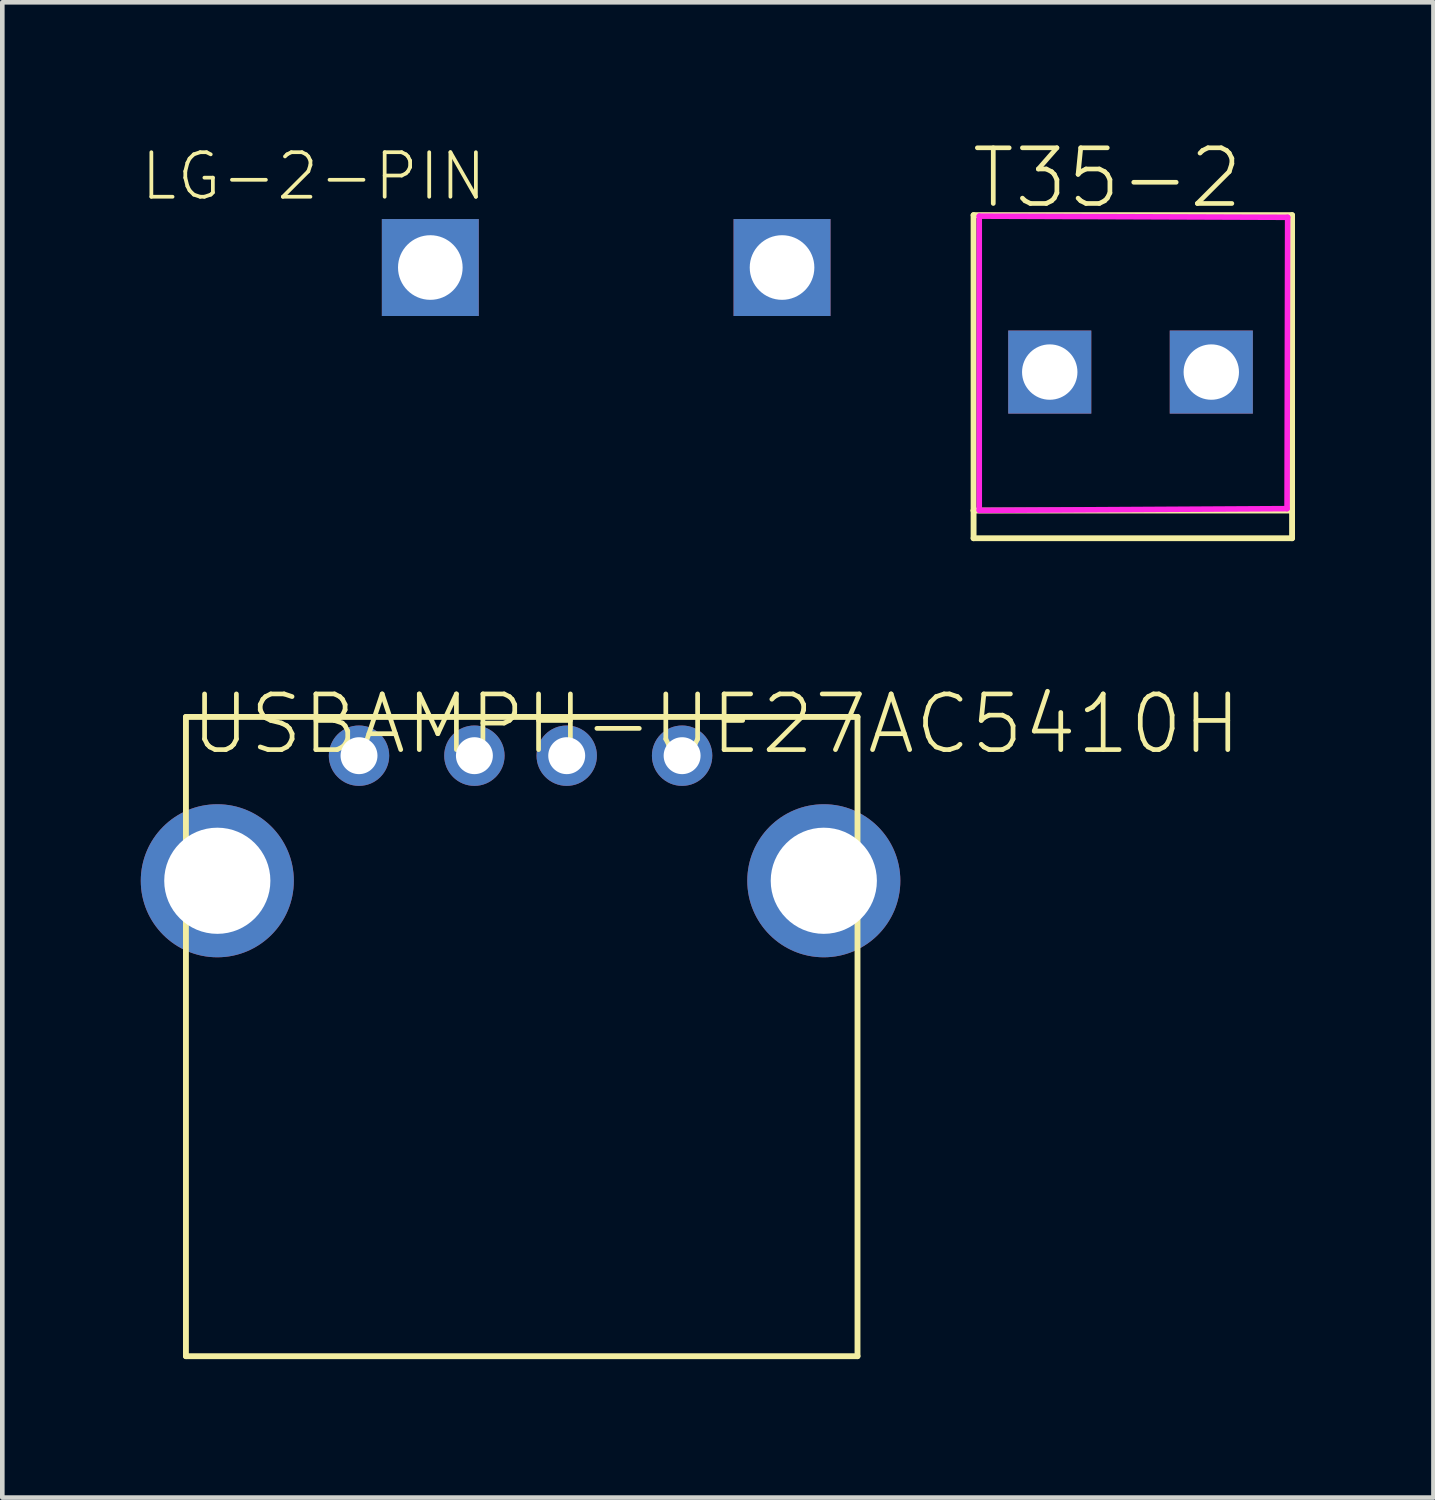
<source format=kicad_pcb>
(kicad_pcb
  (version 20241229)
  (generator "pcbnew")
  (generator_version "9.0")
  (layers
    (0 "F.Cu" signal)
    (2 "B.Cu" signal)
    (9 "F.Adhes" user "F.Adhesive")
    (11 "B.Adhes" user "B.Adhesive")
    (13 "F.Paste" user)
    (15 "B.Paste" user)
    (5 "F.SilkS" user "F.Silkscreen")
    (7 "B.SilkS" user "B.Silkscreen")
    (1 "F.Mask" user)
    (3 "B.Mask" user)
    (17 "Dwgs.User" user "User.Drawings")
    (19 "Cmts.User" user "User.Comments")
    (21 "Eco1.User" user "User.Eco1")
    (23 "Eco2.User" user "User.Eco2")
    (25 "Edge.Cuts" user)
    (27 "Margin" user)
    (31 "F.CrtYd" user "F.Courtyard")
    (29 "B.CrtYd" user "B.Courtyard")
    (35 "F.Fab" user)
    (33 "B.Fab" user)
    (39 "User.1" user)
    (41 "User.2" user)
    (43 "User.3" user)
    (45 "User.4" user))
  (footprint "USBAMPH-UE27AC5410H"
    (layer "F.Cu")
    (at 8.228 16.032)
    (property "Reference" "USBAMPH-UE27AC5410H" (at -7.2 -4.1 180) (layer "F.SilkS") (effects (font (size 1.206 1.206) (thickness 0.102)) (justify left top)))
    (attr through_hole)
    (fp_line (start -7.25 -3.55) (end -7.25 10.3) (stroke (width 0.127) (type solid)) (layer "F.SilkS"))
    (fp_line (start -7.25 10.3) (end 7.3 10.3) (stroke (width 0.127) (type solid)) (layer "F.SilkS"))
    (fp_line (start 7.3 -3.55) (end -7.25 -3.55) (stroke (width 0.127) (type solid)) (layer "F.SilkS"))
    (fp_line (start 7.3 10.3) (end 7.3 -3.55) (stroke (width 0.127) (type solid)) (layer "F.SilkS"))
    (pad "D+" thru_hole circle (at 1 -2.71) (size 1.308 1.308) (drill 0.8) (layers "*.Cu" "*.Mask"))
    (pad "D-" thru_hole circle (at -1 -2.71) (size 1.308 1.308) (drill 0.8) (layers "*.Cu" "*.Mask"))
    (pad "G" thru_hole circle (at 3.5 -2.71) (size 1.308 1.308) (drill 0.8) (layers "*.Cu" "*.Mask"))
    (pad "G1" thru_hole circle (at -6.57 0) (size 3.316 3.316) (drill 2.3) (layers "*.Cu" "*.Mask"))
    (pad "G2" thru_hole circle (at 6.57 0) (size 3.316 3.316) (drill 2.3) (layers "*.Cu" "*.Mask"))
    (pad "VCC" thru_hole circle (at -3.5 -2.71) (size 1.308 1.308) (drill 0.8) (layers "*.Cu" "*.Mask")))
  (footprint "LG-2-PIN"
    (layer "F.Cu")
    (at 10.083 2.746)
    (property "Reference" "LG-2-PIN" (at -2.54 -2.54 0) (layer "F.SilkS") (effects (font (size 0.965 0.965) (thickness 0.081)) (justify right top)))
    (attr through_hole)
    (pad "P$1" thru_hole rect (at -3.81 0) (size 2.1 2.1) (drill 1.4) (layers "*.Cu" "*.Mask"))
    (pad "P$2" thru_hole rect (at 3.81 0) (size 2.1 2.1) (drill 1.4) (layers "*.Cu" "*.Mask")))
  (footprint "T35-2"
    (layer "F.Cu")
    (at 21.443 5.011)
    (property "Reference" "T35-2" (at -3.5 -3.5 0) (layer "F.SilkS") (effects (font (size 1.206 1.206) (thickness 0.102)) (justify left bottom)))
    (attr through_hole)
    (fp_line (start -3.4 -3.4) (end -3.4 3) (stroke (width 0.127) (type solid)) (layer "F.SilkS"))
    (fp_line (start -3.4 3) (end -3.4 3.6) (stroke (width 0.127) (type solid)) (layer "F.SilkS"))
    (fp_line (start -3.4 3.6) (end 3.5 3.6) (stroke (width 0.127) (type solid)) (layer "F.SilkS"))
    (fp_line (start 3.5 -3.4) (end -3.4 -3.4) (stroke (width 0.127) (type solid)) (layer "F.SilkS"))
    (fp_line (start 3.5 3) (end -3.4 3) (stroke (width 0.127) (type solid)) (layer "F.SilkS"))
    (fp_line (start 3.5 3) (end 3.5 -3.4) (stroke (width 0.127) (type solid)) (layer "F.SilkS"))
    (fp_line (start 3.5 3.6) (end 3.5 3) (stroke (width 0.127) (type solid)) (layer "F.SilkS"))
    (fp_line (start -3.277 -3.378) (end 3.404 -3.353) (stroke (width 0.12) (type solid)) (layer "F.CrtYd"))
    (fp_line (start -3.277 2.997) (end -3.277 -3.378) (stroke (width 0.12) (type solid)) (layer "F.CrtYd"))
    (fp_line (start 3.391 2.959) (end -3.277 2.997) (stroke (width 0.12) (type solid)) (layer "F.CrtYd"))
    (fp_line (start 3.404 -3.353) (end 3.391 2.959) (stroke (width 0.12) (type solid)) (layer "F.CrtYd"))
    (pad "1" thru_hole rect (at 1.75 0) (size 1.8 1.8) (drill 1.2) (layers "*.Cu" "*.Mask"))
    (pad "2" thru_hole rect (at -1.75 0) (size 1.8 1.8) (drill 1.2) (layers "*.Cu" "*.Mask")))
  (gr_rect
    (start -3 -3)
    (end 28.006 29.395)
    (stroke (width 0.1) (type default))
    (fill no)
    (layer "Edge.Cuts")))
</source>
